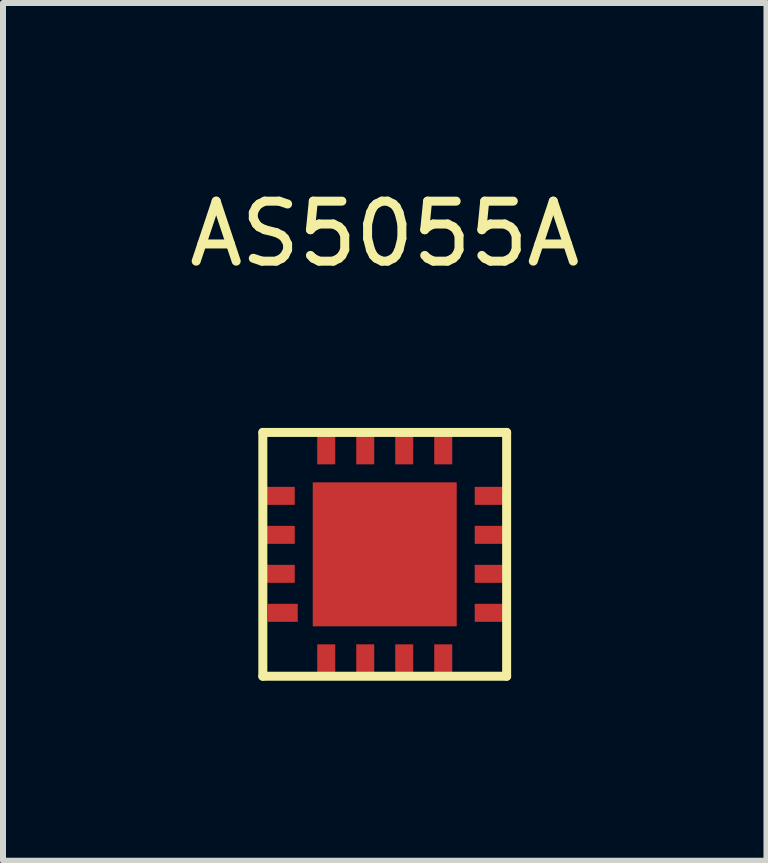
<source format=kicad_pcb>
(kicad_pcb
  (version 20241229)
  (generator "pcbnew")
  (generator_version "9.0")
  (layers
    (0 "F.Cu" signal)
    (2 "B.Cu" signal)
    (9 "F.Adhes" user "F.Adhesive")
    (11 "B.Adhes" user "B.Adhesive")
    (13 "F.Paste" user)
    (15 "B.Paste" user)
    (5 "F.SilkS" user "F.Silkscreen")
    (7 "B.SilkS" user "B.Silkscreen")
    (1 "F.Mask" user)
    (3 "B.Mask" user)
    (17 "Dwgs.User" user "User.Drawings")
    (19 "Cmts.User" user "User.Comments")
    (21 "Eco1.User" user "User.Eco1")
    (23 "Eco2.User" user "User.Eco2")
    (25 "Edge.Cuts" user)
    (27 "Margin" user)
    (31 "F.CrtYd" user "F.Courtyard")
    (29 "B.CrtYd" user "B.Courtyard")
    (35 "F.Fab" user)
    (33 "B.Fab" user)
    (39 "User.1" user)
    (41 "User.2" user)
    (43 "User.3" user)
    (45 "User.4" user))
  (footprint "AS5055A"
    (layer "F.Cu")
    (at 3.363 6.19)
    (property "Reference" "AS5055A" (at 0 -5.342 0) (layer "F.SilkS") (effects (font (size 1 1) (thickness 0.15))))
    (attr through_hole)
    (fp_line (start -2.032 -2.032) (end 2.032 -2.032) (stroke (width 0.15) (type solid)) (layer "F.SilkS"))
    (fp_line (start -2.032 2.032) (end -2.032 -2.032) (stroke (width 0.15) (type solid)) (layer "F.SilkS"))
    (fp_line (start 2.032 -2.032) (end 2.032 2.032) (stroke (width 0.15) (type solid)) (layer "F.SilkS"))
    (fp_line (start 2.032 2.032) (end -2.032 2.032) (stroke (width 0.15) (type solid)) (layer "F.SilkS"))
    (pad "1" smd rect (at -0.975 -1.75) (size 0.3 0.5) (layers "F.Cu" "F.Mask" "F.Paste"))
    (pad "2" smd rect (at -0.325 -1.75) (size 0.3 0.5) (layers "F.Cu" "F.Mask" "F.Paste"))
    (pad "3" smd rect (at 0.325 -1.75) (size 0.3 0.5) (layers "F.Cu" "F.Mask" "F.Paste"))
    (pad "4" smd rect (at 0.975 -1.75) (size 0.3 0.5) (layers "F.Cu" "F.Mask" "F.Paste"))
    (pad "5" smd rect (at 1.75 -0.975) (size 0.5 0.3) (layers "F.Cu" "F.Mask" "F.Paste"))
    (pad "6" smd rect (at 1.75 -0.325) (size 0.5 0.3) (layers "F.Cu" "F.Mask" "F.Paste"))
    (pad "7" smd rect (at 1.75 0.325) (size 0.5 0.3) (layers "F.Cu" "F.Mask" "F.Paste"))
    (pad "8" smd rect (at 1.75 0.975) (size 0.5 0.3) (layers "F.Cu" "F.Mask" "F.Paste"))
    (pad "9" smd rect (at 0.975 1.75) (size 0.3 0.5) (layers "F.Cu" "F.Mask" "F.Paste"))
    (pad "10" smd rect (at 0.325 1.75) (size 0.3 0.5) (layers "F.Cu" "F.Mask" "F.Paste"))
    (pad "11" smd rect (at -0.325 1.75) (size 0.3 0.5) (layers "F.Cu" "F.Mask" "F.Paste"))
    (pad "12" smd rect (at -0.975 1.75) (size 0.3 0.5) (layers "F.Cu" "F.Mask" "F.Paste"))
    (pad "13" smd rect (at -1.7 0.975) (size 0.5 0.3) (layers "F.Cu" "F.Mask" "F.Paste"))
    (pad "14" smd rect (at -1.75 0.325) (size 0.5 0.3) (layers "F.Cu" "F.Mask" "F.Paste"))
    (pad "15" smd rect (at -1.75 -0.325) (size 0.5 0.3) (layers "F.Cu" "F.Mask" "F.Paste"))
    (pad "16" smd rect (at -1.75 -0.975) (size 0.5 0.3) (layers "F.Cu" "F.Mask" "F.Paste"))
    (pad "17" smd rect (at 0 0) (size 2.4 2.4) (layers "F.Cu" "F.Mask" "F.Paste")))
  (gr_rect
    (start -3 -3)
    (end 9.726 11.297)
    (stroke (width 0.1) (type default))
    (fill no)
    (layer "Edge.Cuts")))
</source>
